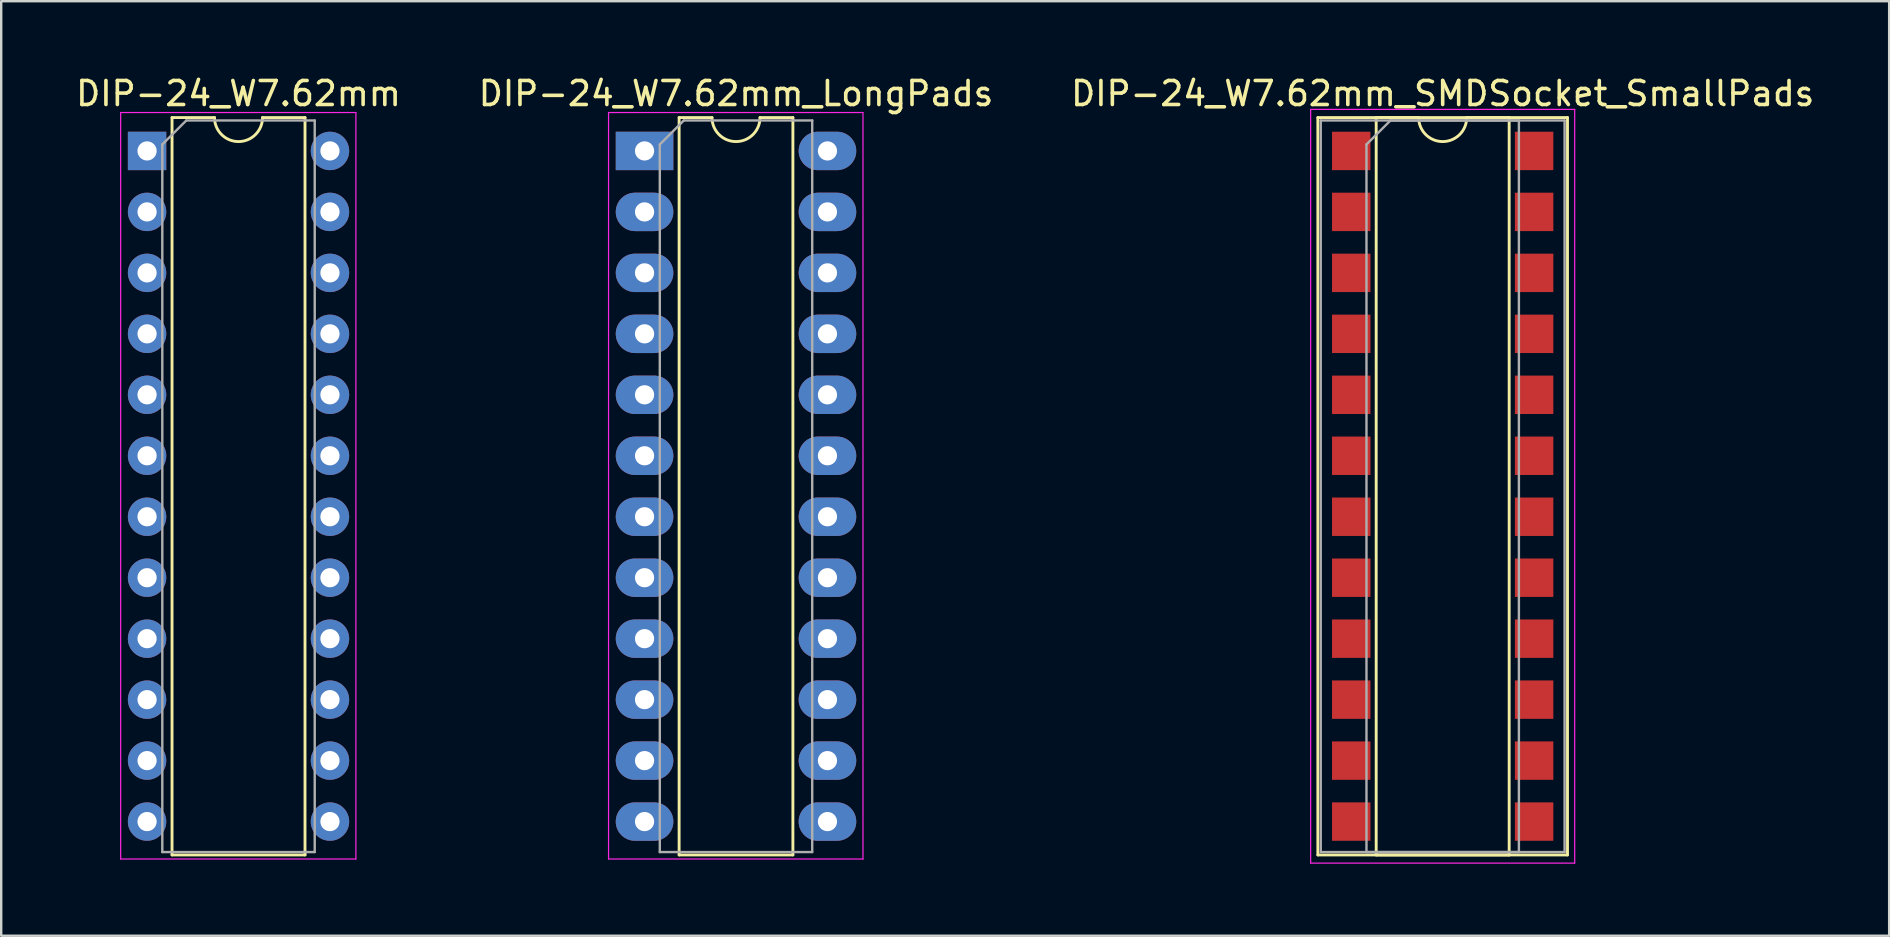
<source format=kicad_pcb>
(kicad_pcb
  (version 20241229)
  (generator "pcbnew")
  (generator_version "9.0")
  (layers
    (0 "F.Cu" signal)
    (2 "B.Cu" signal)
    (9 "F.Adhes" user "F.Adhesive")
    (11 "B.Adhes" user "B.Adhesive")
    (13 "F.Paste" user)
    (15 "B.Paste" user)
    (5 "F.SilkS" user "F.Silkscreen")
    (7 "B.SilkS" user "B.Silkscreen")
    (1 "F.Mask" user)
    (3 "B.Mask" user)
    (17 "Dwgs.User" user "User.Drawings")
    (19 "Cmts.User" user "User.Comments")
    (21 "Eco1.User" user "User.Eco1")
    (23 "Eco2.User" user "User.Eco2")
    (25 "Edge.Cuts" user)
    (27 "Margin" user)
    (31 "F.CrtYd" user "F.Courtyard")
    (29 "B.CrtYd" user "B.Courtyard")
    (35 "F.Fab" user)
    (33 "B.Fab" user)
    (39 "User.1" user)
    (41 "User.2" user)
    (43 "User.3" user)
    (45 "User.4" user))
  (footprint "DIP-24_W7.62mm"
    (layer "F.Cu")
    (at 3.077 3.238)
    (property "Reference" "DIP-24_W7.62mm" (at 3.81 -2.39 0) (layer "F.SilkS") (effects (font (size 1 1) (thickness 0.15))))
    (attr through_hole)
    (fp_line (start 1.04 -1.39) (end 1.04 29.33) (stroke (width 0.12) (type solid)) (layer "F.SilkS"))
    (fp_line (start 1.04 29.33) (end 6.58 29.33) (stroke (width 0.12) (type solid)) (layer "F.SilkS"))
    (fp_line (start 2.81 -1.39) (end 1.04 -1.39) (stroke (width 0.12) (type solid)) (layer "F.SilkS"))
    (fp_line (start 6.58 -1.39) (end 4.81 -1.39) (stroke (width 0.12) (type solid)) (layer "F.SilkS"))
    (fp_line (start 6.58 29.33) (end 6.58 -1.39) (stroke (width 0.12) (type solid)) (layer "F.SilkS"))
    (fp_arc (start 4.81 -1.39) (mid 3.81 -0.39) (end 2.81 -1.39) (stroke (width 0.12) (type solid)) (layer "F.SilkS"))
    (fp_line (start -1.1 -1.6) (end -1.1 29.5) (stroke (width 0.05) (type solid)) (layer "F.CrtYd"))
    (fp_line (start -1.1 29.5) (end 8.7 29.5) (stroke (width 0.05) (type solid)) (layer "F.CrtYd"))
    (fp_line (start 8.7 -1.6) (end -1.1 -1.6) (stroke (width 0.05) (type solid)) (layer "F.CrtYd"))
    (fp_line (start 8.7 29.5) (end 8.7 -1.6) (stroke (width 0.05) (type solid)) (layer "F.CrtYd"))
    (fp_line (start 0.635 -0.27) (end 1.635 -1.27) (stroke (width 0.1) (type solid)) (layer "F.Fab"))
    (fp_line (start 0.635 29.21) (end 0.635 -0.27) (stroke (width 0.1) (type solid)) (layer "F.Fab"))
    (fp_line (start 1.635 -1.27) (end 6.985 -1.27) (stroke (width 0.1) (type solid)) (layer "F.Fab"))
    (fp_line (start 6.985 -1.27) (end 6.985 29.21) (stroke (width 0.1) (type solid)) (layer "F.Fab"))
    (fp_line (start 6.985 29.21) (end 0.635 29.21) (stroke (width 0.1) (type solid)) (layer "F.Fab"))
    (pad "1" thru_hole rect (at 0 0) (size 1.6 1.6) (drill 0.8) (layers "*.Cu" "*.Mask"))
    (pad "2" thru_hole oval (at 0 2.54) (size 1.6 1.6) (drill 0.8) (layers "*.Cu" "*.Mask"))
    (pad "3" thru_hole oval (at 0 5.08) (size 1.6 1.6) (drill 0.8) (layers "*.Cu" "*.Mask"))
    (pad "4" thru_hole oval (at 0 7.62) (size 1.6 1.6) (drill 0.8) (layers "*.Cu" "*.Mask"))
    (pad "5" thru_hole oval (at 0 10.16) (size 1.6 1.6) (drill 0.8) (layers "*.Cu" "*.Mask"))
    (pad "6" thru_hole oval (at 0 12.7) (size 1.6 1.6) (drill 0.8) (layers "*.Cu" "*.Mask"))
    (pad "7" thru_hole oval (at 0 15.24) (size 1.6 1.6) (drill 0.8) (layers "*.Cu" "*.Mask"))
    (pad "8" thru_hole oval (at 0 17.78) (size 1.6 1.6) (drill 0.8) (layers "*.Cu" "*.Mask"))
    (pad "9" thru_hole oval (at 0 20.32) (size 1.6 1.6) (drill 0.8) (layers "*.Cu" "*.Mask"))
    (pad "10" thru_hole oval (at 0 22.86) (size 1.6 1.6) (drill 0.8) (layers "*.Cu" "*.Mask"))
    (pad "11" thru_hole oval (at 0 25.4) (size 1.6 1.6) (drill 0.8) (layers "*.Cu" "*.Mask"))
    (pad "12" thru_hole oval (at 0 27.94) (size 1.6 1.6) (drill 0.8) (layers "*.Cu" "*.Mask"))
    (pad "13" thru_hole oval (at 7.62 27.94) (size 1.6 1.6) (drill 0.8) (layers "*.Cu" "*.Mask"))
    (pad "14" thru_hole oval (at 7.62 25.4) (size 1.6 1.6) (drill 0.8) (layers "*.Cu" "*.Mask"))
    (pad "15" thru_hole oval (at 7.62 22.86) (size 1.6 1.6) (drill 0.8) (layers "*.Cu" "*.Mask"))
    (pad "16" thru_hole oval (at 7.62 20.32) (size 1.6 1.6) (drill 0.8) (layers "*.Cu" "*.Mask"))
    (pad "17" thru_hole oval (at 7.62 17.78) (size 1.6 1.6) (drill 0.8) (layers "*.Cu" "*.Mask"))
    (pad "18" thru_hole oval (at 7.62 15.24) (size 1.6 1.6) (drill 0.8) (layers "*.Cu" "*.Mask"))
    (pad "19" thru_hole oval (at 7.62 12.7) (size 1.6 1.6) (drill 0.8) (layers "*.Cu" "*.Mask"))
    (pad "20" thru_hole oval (at 7.62 10.16) (size 1.6 1.6) (drill 0.8) (layers "*.Cu" "*.Mask"))
    (pad "21" thru_hole oval (at 7.62 7.62) (size 1.6 1.6) (drill 0.8) (layers "*.Cu" "*.Mask"))
    (pad "22" thru_hole oval (at 7.62 5.08) (size 1.6 1.6) (drill 0.8) (layers "*.Cu" "*.Mask"))
    (pad "23" thru_hole oval (at 7.62 2.54) (size 1.6 1.6) (drill 0.8) (layers "*.Cu" "*.Mask"))
    (pad "24" thru_hole oval (at 7.62 0) (size 1.6 1.6) (drill 0.8) (layers "*.Cu" "*.Mask")))
  (footprint "DIP-24_W7.62mm_LongPads"
    (layer "F.Cu")
    (at 23.803 3.238)
    (property "Reference" "DIP-24_W7.62mm_LongPads" (at 3.81 -2.39 0) (layer "F.SilkS") (effects (font (size 1 1) (thickness 0.15))))
    (attr through_hole)
    (fp_line (start 1.44 -1.39) (end 1.44 29.33) (stroke (width 0.12) (type solid)) (layer "F.SilkS"))
    (fp_line (start 1.44 29.33) (end 6.18 29.33) (stroke (width 0.12) (type solid)) (layer "F.SilkS"))
    (fp_line (start 2.81 -1.39) (end 1.44 -1.39) (stroke (width 0.12) (type solid)) (layer "F.SilkS"))
    (fp_line (start 6.18 -1.39) (end 4.81 -1.39) (stroke (width 0.12) (type solid)) (layer "F.SilkS"))
    (fp_line (start 6.18 29.33) (end 6.18 -1.39) (stroke (width 0.12) (type solid)) (layer "F.SilkS"))
    (fp_arc (start 4.81 -1.39) (mid 3.81 -0.39) (end 2.81 -1.39) (stroke (width 0.12) (type solid)) (layer "F.SilkS"))
    (fp_line (start -1.5 -1.6) (end -1.5 29.5) (stroke (width 0.05) (type solid)) (layer "F.CrtYd"))
    (fp_line (start -1.5 29.5) (end 9.1 29.5) (stroke (width 0.05) (type solid)) (layer "F.CrtYd"))
    (fp_line (start 9.1 -1.6) (end -1.5 -1.6) (stroke (width 0.05) (type solid)) (layer "F.CrtYd"))
    (fp_line (start 9.1 29.5) (end 9.1 -1.6) (stroke (width 0.05) (type solid)) (layer "F.CrtYd"))
    (fp_line (start 0.635 -0.27) (end 1.635 -1.27) (stroke (width 0.1) (type solid)) (layer "F.Fab"))
    (fp_line (start 0.635 29.21) (end 0.635 -0.27) (stroke (width 0.1) (type solid)) (layer "F.Fab"))
    (fp_line (start 1.635 -1.27) (end 6.985 -1.27) (stroke (width 0.1) (type solid)) (layer "F.Fab"))
    (fp_line (start 6.985 -1.27) (end 6.985 29.21) (stroke (width 0.1) (type solid)) (layer "F.Fab"))
    (fp_line (start 6.985 29.21) (end 0.635 29.21) (stroke (width 0.1) (type solid)) (layer "F.Fab"))
    (pad "1" thru_hole rect (at 0 0) (size 2.4 1.6) (drill 0.8) (layers "*.Cu" "*.Mask"))
    (pad "2" thru_hole oval (at 0 2.54) (size 2.4 1.6) (drill 0.8) (layers "*.Cu" "*.Mask"))
    (pad "3" thru_hole oval (at 0 5.08) (size 2.4 1.6) (drill 0.8) (layers "*.Cu" "*.Mask"))
    (pad "4" thru_hole oval (at 0 7.62) (size 2.4 1.6) (drill 0.8) (layers "*.Cu" "*.Mask"))
    (pad "5" thru_hole oval (at 0 10.16) (size 2.4 1.6) (drill 0.8) (layers "*.Cu" "*.Mask"))
    (pad "6" thru_hole oval (at 0 12.7) (size 2.4 1.6) (drill 0.8) (layers "*.Cu" "*.Mask"))
    (pad "7" thru_hole oval (at 0 15.24) (size 2.4 1.6) (drill 0.8) (layers "*.Cu" "*.Mask"))
    (pad "8" thru_hole oval (at 0 17.78) (size 2.4 1.6) (drill 0.8) (layers "*.Cu" "*.Mask"))
    (pad "9" thru_hole oval (at 0 20.32) (size 2.4 1.6) (drill 0.8) (layers "*.Cu" "*.Mask"))
    (pad "10" thru_hole oval (at 0 22.86) (size 2.4 1.6) (drill 0.8) (layers "*.Cu" "*.Mask"))
    (pad "11" thru_hole oval (at 0 25.4) (size 2.4 1.6) (drill 0.8) (layers "*.Cu" "*.Mask"))
    (pad "12" thru_hole oval (at 0 27.94) (size 2.4 1.6) (drill 0.8) (layers "*.Cu" "*.Mask"))
    (pad "13" thru_hole oval (at 7.62 27.94) (size 2.4 1.6) (drill 0.8) (layers "*.Cu" "*.Mask"))
    (pad "14" thru_hole oval (at 7.62 25.4) (size 2.4 1.6) (drill 0.8) (layers "*.Cu" "*.Mask"))
    (pad "15" thru_hole oval (at 7.62 22.86) (size 2.4 1.6) (drill 0.8) (layers "*.Cu" "*.Mask"))
    (pad "16" thru_hole oval (at 7.62 20.32) (size 2.4 1.6) (drill 0.8) (layers "*.Cu" "*.Mask"))
    (pad "17" thru_hole oval (at 7.62 17.78) (size 2.4 1.6) (drill 0.8) (layers "*.Cu" "*.Mask"))
    (pad "18" thru_hole oval (at 7.62 15.24) (size 2.4 1.6) (drill 0.8) (layers "*.Cu" "*.Mask"))
    (pad "19" thru_hole oval (at 7.62 12.7) (size 2.4 1.6) (drill 0.8) (layers "*.Cu" "*.Mask"))
    (pad "20" thru_hole oval (at 7.62 10.16) (size 2.4 1.6) (drill 0.8) (layers "*.Cu" "*.Mask"))
    (pad "21" thru_hole oval (at 7.62 7.62) (size 2.4 1.6) (drill 0.8) (layers "*.Cu" "*.Mask"))
    (pad "22" thru_hole oval (at 7.62 5.08) (size 2.4 1.6) (drill 0.8) (layers "*.Cu" "*.Mask"))
    (pad "23" thru_hole oval (at 7.62 2.54) (size 2.4 1.6) (drill 0.8) (layers "*.Cu" "*.Mask"))
    (pad "24" thru_hole oval (at 7.62 0) (size 2.4 1.6) (drill 0.8) (layers "*.Cu" "*.Mask")))
  (footprint "DIP-24_W7.62mm_SMDSocket_SmallPads"
    (layer "F.Cu")
    (at 57.054 17.208)
    (property "Reference" "DIP-24_W7.62mm_SMDSocket_SmallPads" (at 0 -16.36 0) (layer "F.SilkS") (effects (font (size 1 1) (thickness 0.15))))
    (attr smd)
    (fp_line (start -5.2 -15.36) (end -5.2 15.36) (stroke (width 0.12) (type solid)) (layer "F.SilkS"))
    (fp_line (start -5.2 15.36) (end 5.2 15.36) (stroke (width 0.12) (type solid)) (layer "F.SilkS"))
    (fp_line (start -2.77 -15.36) (end -2.77 15.36) (stroke (width 0.12) (type solid)) (layer "F.SilkS"))
    (fp_line (start -2.77 15.36) (end 2.77 15.36) (stroke (width 0.12) (type solid)) (layer "F.SilkS"))
    (fp_line (start -1 -15.36) (end -2.77 -15.36) (stroke (width 0.12) (type solid)) (layer "F.SilkS"))
    (fp_line (start 2.77 -15.36) (end 1 -15.36) (stroke (width 0.12) (type solid)) (layer "F.SilkS"))
    (fp_line (start 2.77 15.36) (end 2.77 -15.36) (stroke (width 0.12) (type solid)) (layer "F.SilkS"))
    (fp_line (start 5.2 -15.36) (end -5.2 -15.36) (stroke (width 0.12) (type solid)) (layer "F.SilkS"))
    (fp_line (start 5.2 15.36) (end 5.2 -15.36) (stroke (width 0.12) (type solid)) (layer "F.SilkS"))
    (fp_arc (start 1 -15.36) (mid 0 -14.36) (end -1 -15.36) (stroke (width 0.12) (type solid)) (layer "F.SilkS"))
    (fp_line (start -5.5 -15.7) (end -5.5 15.7) (stroke (width 0.05) (type solid)) (layer "F.CrtYd"))
    (fp_line (start -5.5 15.7) (end 5.5 15.7) (stroke (width 0.05) (type solid)) (layer "F.CrtYd"))
    (fp_line (start 5.5 -15.7) (end -5.5 -15.7) (stroke (width 0.05) (type solid)) (layer "F.CrtYd"))
    (fp_line (start 5.5 15.7) (end 5.5 -15.7) (stroke (width 0.05) (type solid)) (layer "F.CrtYd"))
    (fp_line (start -5.08 -15.24) (end -5.08 15.24) (stroke (width 0.1) (type solid)) (layer "F.Fab"))
    (fp_line (start -5.08 15.24) (end 5.08 15.24) (stroke (width 0.1) (type solid)) (layer "F.Fab"))
    (fp_line (start -3.175 -14.24) (end -2.175 -15.24) (stroke (width 0.1) (type solid)) (layer "F.Fab"))
    (fp_line (start -3.175 15.24) (end -3.175 -14.24) (stroke (width 0.1) (type solid)) (layer "F.Fab"))
    (fp_line (start -2.175 -15.24) (end 3.175 -15.24) (stroke (width 0.1) (type solid)) (layer "F.Fab"))
    (fp_line (start 3.175 -15.24) (end 3.175 15.24) (stroke (width 0.1) (type solid)) (layer "F.Fab"))
    (fp_line (start 3.175 15.24) (end -3.175 15.24) (stroke (width 0.1) (type solid)) (layer "F.Fab"))
    (fp_line (start 5.08 -15.24) (end -5.08 -15.24) (stroke (width 0.1) (type solid)) (layer "F.Fab"))
    (fp_line (start 5.08 15.24) (end 5.08 -15.24) (stroke (width 0.1) (type solid)) (layer "F.Fab"))
    (pad "1" smd rect (at -3.81 -13.97) (size 1.6 1.6) (layers "F.Cu" "F.Mask"))
    (pad "2" smd rect (at -3.81 -11.43) (size 1.6 1.6) (layers "F.Cu" "F.Mask"))
    (pad "3" smd rect (at -3.81 -8.89) (size 1.6 1.6) (layers "F.Cu" "F.Mask"))
    (pad "4" smd rect (at -3.81 -6.35) (size 1.6 1.6) (layers "F.Cu" "F.Mask"))
    (pad "5" smd rect (at -3.81 -3.81) (size 1.6 1.6) (layers "F.Cu" "F.Mask"))
    (pad "6" smd rect (at -3.81 -1.27) (size 1.6 1.6) (layers "F.Cu" "F.Mask"))
    (pad "7" smd rect (at -3.81 1.27) (size 1.6 1.6) (layers "F.Cu" "F.Mask"))
    (pad "8" smd rect (at -3.81 3.81) (size 1.6 1.6) (layers "F.Cu" "F.Mask"))
    (pad "9" smd rect (at -3.81 6.35) (size 1.6 1.6) (layers "F.Cu" "F.Mask"))
    (pad "10" smd rect (at -3.81 8.89) (size 1.6 1.6) (layers "F.Cu" "F.Mask"))
    (pad "11" smd rect (at -3.81 11.43) (size 1.6 1.6) (layers "F.Cu" "F.Mask"))
    (pad "12" smd rect (at -3.81 13.97) (size 1.6 1.6) (layers "F.Cu" "F.Mask"))
    (pad "13" smd rect (at 3.81 13.97) (size 1.6 1.6) (layers "F.Cu" "F.Mask"))
    (pad "14" smd rect (at 3.81 11.43) (size 1.6 1.6) (layers "F.Cu" "F.Mask"))
    (pad "15" smd rect (at 3.81 8.89) (size 1.6 1.6) (layers "F.Cu" "F.Mask"))
    (pad "16" smd rect (at 3.81 6.35) (size 1.6 1.6) (layers "F.Cu" "F.Mask"))
    (pad "17" smd rect (at 3.81 3.81) (size 1.6 1.6) (layers "F.Cu" "F.Mask"))
    (pad "18" smd rect (at 3.81 1.27) (size 1.6 1.6) (layers "F.Cu" "F.Mask"))
    (pad "19" smd rect (at 3.81 -1.27) (size 1.6 1.6) (layers "F.Cu" "F.Mask"))
    (pad "20" smd rect (at 3.81 -3.81) (size 1.6 1.6) (layers "F.Cu" "F.Mask"))
    (pad "21" smd rect (at 3.81 -6.35) (size 1.6 1.6) (layers "F.Cu" "F.Mask"))
    (pad "22" smd rect (at 3.81 -8.89) (size 1.6 1.6) (layers "F.Cu" "F.Mask"))
    (pad "23" smd rect (at 3.81 -11.43) (size 1.6 1.6) (layers "F.Cu" "F.Mask"))
    (pad "24" smd rect (at 3.81 -13.97) (size 1.6 1.6) (layers "F.Cu" "F.Mask")))
  (gr_rect
    (start -3 -3)
    (end 75.655 35.933)
    (stroke (width 0.1) (type default))
    (fill no)
    (layer "Edge.Cuts")))
</source>
